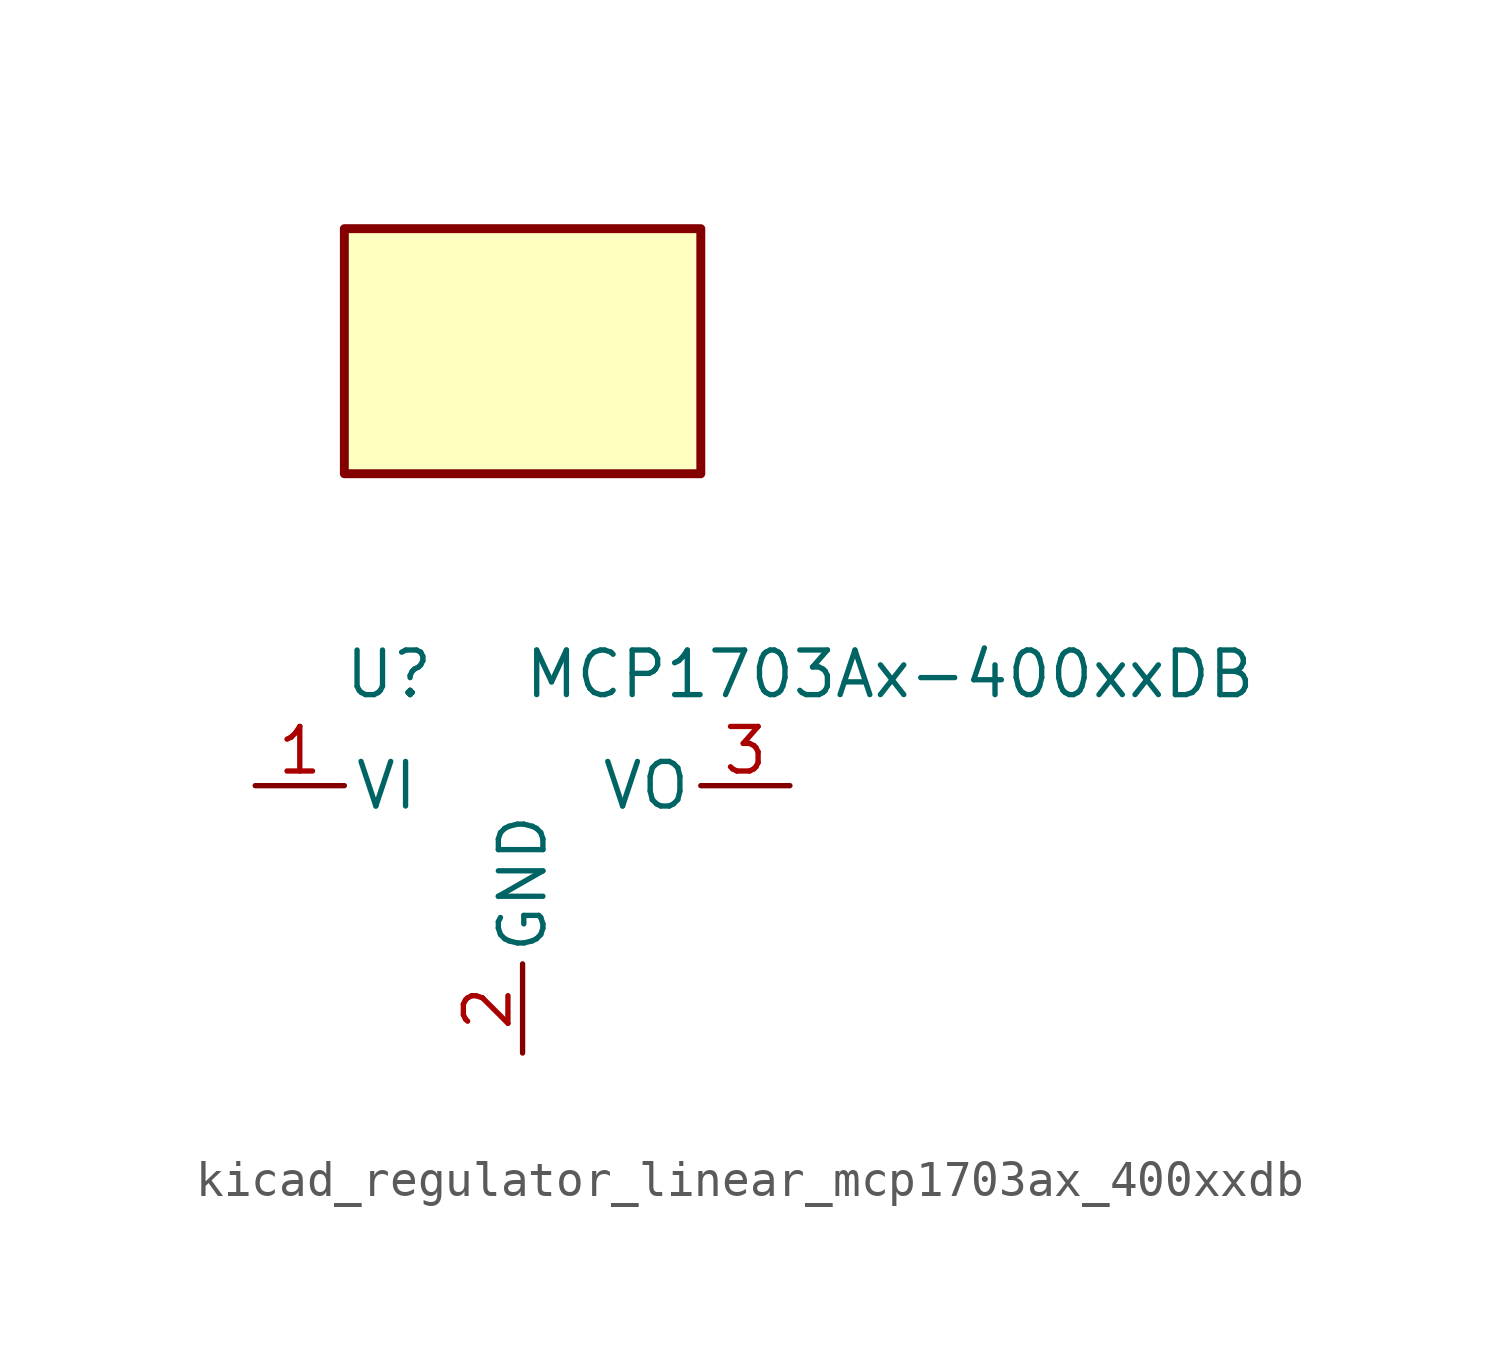
<source format=kicad_sym>
(kicad_symbol_lib
  (version 20220914)
  (generator kicad_symbol_editor)
  (symbol "kicad_regulator_linear_mcp1703ax_400xxdb"
    (pin_names
      (offset 0.254))
    (property "Reference" "U"
      (at -3.81 3.175 0)
      (effects (font (size 1.27 1.27))))
    (property "Value" "MCP1703Ax-400xxDB"
      (at 0 3.175 0)
      (effects (font (size 1.27 1.27)) (justify left)))
    (symbol "kicad_regulator_linear_mcp1703ax_400xxdb_0_1"
      (rectangle (start 5.08 15.875) (end -5.08 8.89) (stroke (width 0.254) (type default)) (fill (type background))))
    (symbol "kicad_regulator_linear_mcp1703ax_400xxdb_1_1"
      (pin power_in line (at -7.62 0 0) (length 2.54) (name "VI" (effects (font (size 1.27 1.27)))) (number "1" (effects (font (size 1.27 1.27)))))
      (pin power_in line (at 0 -7.62 90) (length 2.54) (name "GND" (effects (font (size 1.27 1.27)))) (number "2" (effects (font (size 1.27 1.27)))))
      (pin power_out line (at 7.62 0 180) (length 2.54) (name "VO" (effects (font (size 1.27 1.27)))) (number "3" (effects (font (size 1.27 1.27))))))))
</source>
